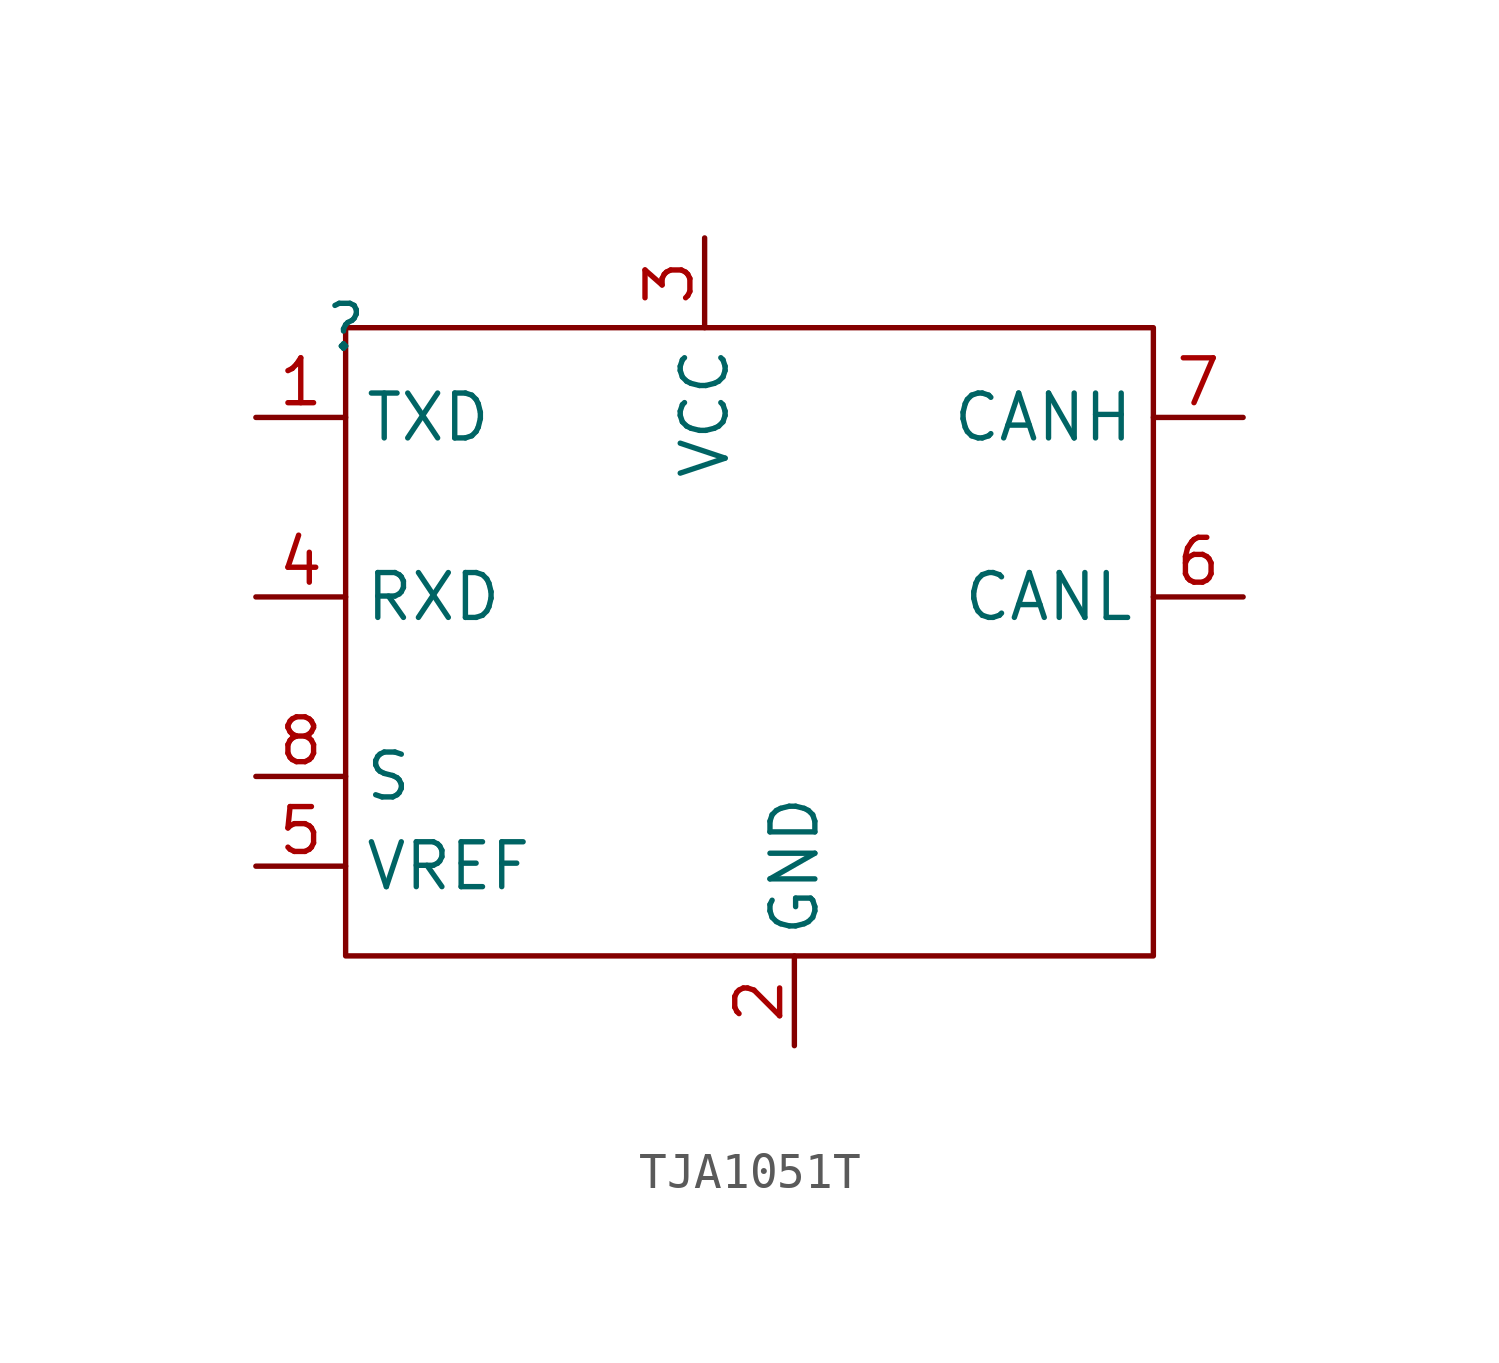
<source format=kicad_sym>
(kicad_symbol_lib
  (version 20241209)
  (generator "kicad_symbol_editor")
  (generator_version "9.0")
  (symbol "TJA1051T"
    (property "Reference" ""
      (at 0 0 0)
      (effects (font (size 1.27 1.27))))
    (symbol "TJA1051T_1_0"
      (rectangle (start 0 0) (end 22.86 -17.78) (stroke (width 0) (type default)) (fill (type none)))
      (pin output line (at -2.54 -2.54 0) (length 2.54) (name "TXD" (effects (font (size 1.27 1.27)))) (number "1" (effects (font (size 1.27 1.27)))))
      (pin input line (at -2.54 -7.62 0) (length 2.54) (name "RXD" (effects (font (size 1.27 1.27)))) (number "4" (effects (font (size 1.27 1.27)))))
      (pin passive line (at -2.54 -12.7 0) (length 2.54) (name "S" (effects (font (size 1.27 1.27)))) (number "8" (effects (font (size 1.27 1.27)))))
      (pin passive line (at -2.54 -15.24 0) (length 2.54) (name "VREF" (effects (font (size 1.27 1.27)))) (number "5" (effects (font (size 1.27 1.27)))))
      (pin power_in line (at 10.16 2.54 270) (length 2.54) (name "VCC" (effects (font (size 1.27 1.27)))) (number "3" (effects (font (size 1.27 1.27)))))
      (pin power_in line (at 12.7 -20.32 90) (length 2.54) (name "GND" (effects (font (size 1.27 1.27)))) (number "2" (effects (font (size 1.27 1.27)))))
      (pin passive line (at 25.4 -2.54 180) (length 2.54) (name "CANH" (effects (font (size 1.27 1.27)))) (number "7" (effects (font (size 1.27 1.27)))))
      (pin passive line (at 25.4 -7.62 180) (length 2.54) (name "CANL" (effects (font (size 1.27 1.27)))) (number "6" (effects (font (size 1.27 1.27))))))))
</source>
